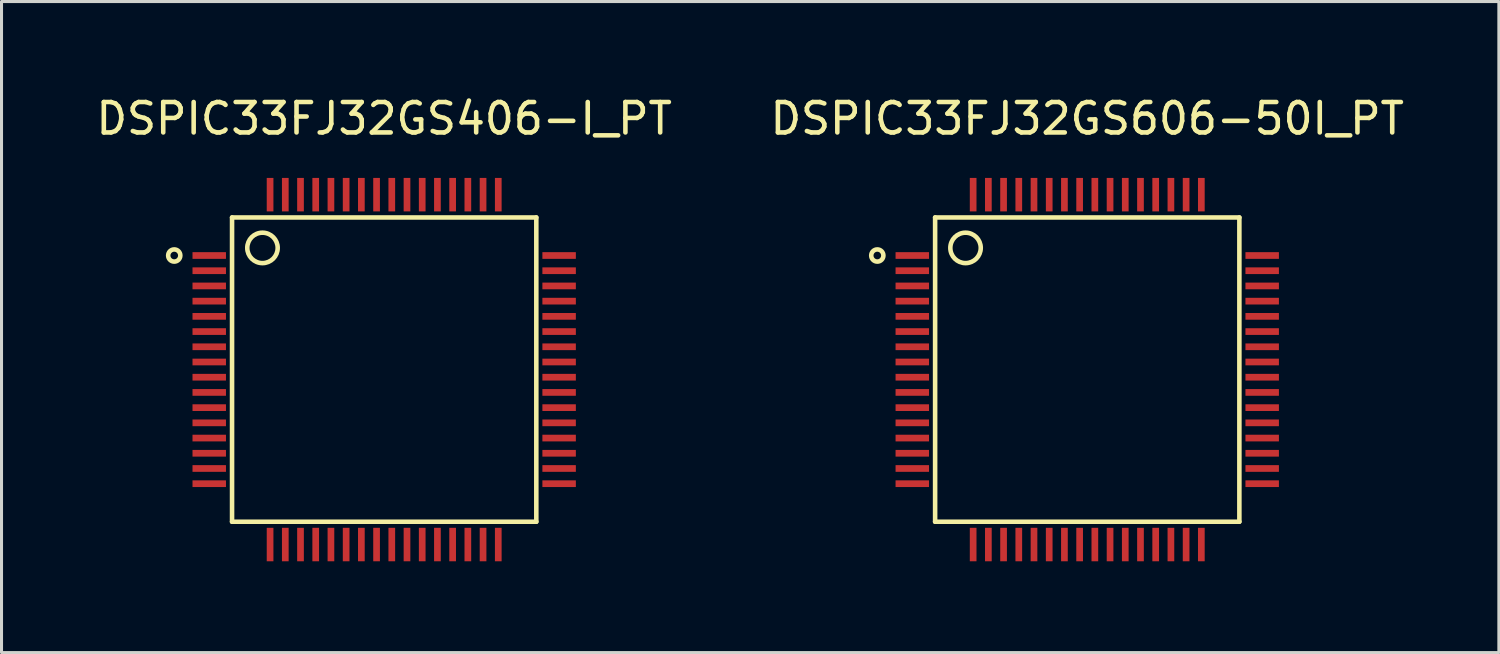
<source format=kicad_pcb>
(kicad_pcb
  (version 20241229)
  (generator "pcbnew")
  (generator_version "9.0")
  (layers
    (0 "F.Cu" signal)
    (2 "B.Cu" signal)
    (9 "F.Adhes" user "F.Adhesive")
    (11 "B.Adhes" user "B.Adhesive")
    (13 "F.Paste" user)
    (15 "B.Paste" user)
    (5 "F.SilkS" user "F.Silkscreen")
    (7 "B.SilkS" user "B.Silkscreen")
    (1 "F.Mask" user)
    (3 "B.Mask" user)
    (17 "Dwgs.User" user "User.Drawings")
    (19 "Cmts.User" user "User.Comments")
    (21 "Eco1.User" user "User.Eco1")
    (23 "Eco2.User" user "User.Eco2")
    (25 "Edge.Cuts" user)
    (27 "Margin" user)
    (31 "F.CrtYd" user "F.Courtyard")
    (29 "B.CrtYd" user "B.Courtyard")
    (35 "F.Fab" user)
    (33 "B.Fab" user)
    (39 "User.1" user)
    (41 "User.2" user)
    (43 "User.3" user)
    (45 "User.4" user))
  (footprint "DSPIC33FJ32GS606-50I_PT"
    (layer "F.Cu")
    (at 26.935 3.348)
    (property "Reference" "DSPIC33FJ32GS606-50I_PT" (at 5.75 -2.5 0) (layer "F.SilkS") (effects (font (size 1 1) (thickness 0.15))))
    (attr through_hole)
    (fp_line (start 0.75 0.75) (end 0.75 10.75) (stroke (width 0.15) (type solid)) (layer "F.SilkS"))
    (fp_line (start 0.75 0.75) (end 10.75 0.75) (stroke (width 0.15) (type solid)) (layer "F.SilkS"))
    (fp_line (start 0.75 10.75) (end 10.75 10.75) (stroke (width 0.15) (type solid)) (layer "F.SilkS"))
    (fp_line (start 10.75 10.75) (end 10.75 0.75) (stroke (width 0.15) (type solid)) (layer "F.SilkS"))
    (fp_circle (center -1.15 2) (end -1.15 1.8) (stroke (width 0.15) (type solid)) (fill no) (layer "F.SilkS"))
    (fp_circle (center 1.75 1.75) (end 1.75 1.25) (stroke (width 0.15) (type solid)) (fill no) (layer "F.SilkS"))
    (pad "1" smd rect (at 0 2) (size 1.1 0.22) (layers "F.Cu" "F.Mask" "F.Paste"))
    (pad "2" smd rect (at 0 2.5) (size 1.1 0.22) (layers "F.Cu" "F.Mask" "F.Paste"))
    (pad "3" smd rect (at 0 3) (size 1.1 0.22) (layers "F.Cu" "F.Mask" "F.Paste"))
    (pad "4" smd rect (at 0 3.5) (size 1.1 0.22) (layers "F.Cu" "F.Mask" "F.Paste"))
    (pad "5" smd rect (at 0 4) (size 1.1 0.22) (layers "F.Cu" "F.Mask" "F.Paste"))
    (pad "6" smd rect (at 0 4.5) (size 1.1 0.22) (layers "F.Cu" "F.Mask" "F.Paste"))
    (pad "7" smd rect (at 0 5) (size 1.1 0.22) (layers "F.Cu" "F.Mask" "F.Paste"))
    (pad "8" smd rect (at 0 5.5) (size 1.1 0.22) (layers "F.Cu" "F.Mask" "F.Paste"))
    (pad "9" smd rect (at 0 6) (size 1.1 0.22) (layers "F.Cu" "F.Mask" "F.Paste"))
    (pad "10" smd rect (at 0 6.5) (size 1.1 0.22) (layers "F.Cu" "F.Mask" "F.Paste"))
    (pad "11" smd rect (at 0 7) (size 1.1 0.22) (layers "F.Cu" "F.Mask" "F.Paste"))
    (pad "12" smd rect (at 0 7.5) (size 1.1 0.22) (layers "F.Cu" "F.Mask" "F.Paste"))
    (pad "13" smd rect (at 0 8) (size 1.1 0.22) (layers "F.Cu" "F.Mask" "F.Paste"))
    (pad "14" smd rect (at 0 8.5) (size 1.1 0.22) (layers "F.Cu" "F.Mask" "F.Paste"))
    (pad "15" smd rect (at 0 9) (size 1.1 0.22) (layers "F.Cu" "F.Mask" "F.Paste"))
    (pad "16" smd rect (at 0 9.5) (size 1.1 0.22) (layers "F.Cu" "F.Mask" "F.Paste"))
    (pad "17" smd rect (at 2 11.5) (size 0.22 1.1) (layers "F.Cu" "F.Mask" "F.Paste"))
    (pad "18" smd rect (at 2.5 11.5) (size 0.22 1.1) (layers "F.Cu" "F.Mask" "F.Paste"))
    (pad "19" smd rect (at 3 11.5) (size 0.22 1.1) (layers "F.Cu" "F.Mask" "F.Paste"))
    (pad "20" smd rect (at 3.5 11.5) (size 0.22 1.1) (layers "F.Cu" "F.Mask" "F.Paste"))
    (pad "21" smd rect (at 4 11.5) (size 0.22 1.1) (layers "F.Cu" "F.Mask" "F.Paste"))
    (pad "22" smd rect (at 4.5 11.5) (size 0.22 1.1) (layers "F.Cu" "F.Mask" "F.Paste"))
    (pad "23" smd rect (at 5 11.5) (size 0.22 1.1) (layers "F.Cu" "F.Mask" "F.Paste"))
    (pad "24" smd rect (at 5.5 11.5) (size 0.22 1.1) (layers "F.Cu" "F.Mask" "F.Paste"))
    (pad "25" smd rect (at 6 11.5) (size 0.22 1.1) (layers "F.Cu" "F.Mask" "F.Paste"))
    (pad "26" smd rect (at 6.5 11.5) (size 0.22 1.1) (layers "F.Cu" "F.Mask" "F.Paste"))
    (pad "27" smd rect (at 7 11.5) (size 0.22 1.1) (layers "F.Cu" "F.Mask" "F.Paste"))
    (pad "28" smd rect (at 7.5 11.5) (size 0.22 1.1) (layers "F.Cu" "F.Mask" "F.Paste"))
    (pad "29" smd rect (at 8 11.5) (size 0.22 1.1) (layers "F.Cu" "F.Mask" "F.Paste"))
    (pad "30" smd rect (at 8.5 11.5) (size 0.22 1.1) (layers "F.Cu" "F.Mask" "F.Paste"))
    (pad "31" smd rect (at 9 11.5) (size 0.22 1.1) (layers "F.Cu" "F.Mask" "F.Paste"))
    (pad "32" smd rect (at 9.5 11.5) (size 0.22 1.1) (layers "F.Cu" "F.Mask" "F.Paste"))
    (pad "33" smd rect (at 11.5 9.5) (size 1.1 0.22) (layers "F.Cu" "F.Mask" "F.Paste"))
    (pad "34" smd rect (at 11.5 9) (size 1.1 0.22) (layers "F.Cu" "F.Mask" "F.Paste"))
    (pad "35" smd rect (at 11.5 8.5) (size 1.1 0.22) (layers "F.Cu" "F.Mask" "F.Paste"))
    (pad "36" smd rect (at 11.5 8) (size 1.1 0.22) (layers "F.Cu" "F.Mask" "F.Paste"))
    (pad "37" smd rect (at 11.5 7.5) (size 1.1 0.22) (layers "F.Cu" "F.Mask" "F.Paste"))
    (pad "38" smd rect (at 11.5 7) (size 1.1 0.22) (layers "F.Cu" "F.Mask" "F.Paste"))
    (pad "39" smd rect (at 11.5 6.5) (size 1.1 0.22) (layers "F.Cu" "F.Mask" "F.Paste"))
    (pad "40" smd rect (at 11.5 6) (size 1.1 0.22) (layers "F.Cu" "F.Mask" "F.Paste"))
    (pad "41" smd rect (at 11.5 5.5) (size 1.1 0.22) (layers "F.Cu" "F.Mask" "F.Paste"))
    (pad "42" smd rect (at 11.5 5) (size 1.1 0.22) (layers "F.Cu" "F.Mask" "F.Paste"))
    (pad "43" smd rect (at 11.5 4.5) (size 1.1 0.22) (layers "F.Cu" "F.Mask" "F.Paste"))
    (pad "44" smd rect (at 11.5 4) (size 1.1 0.22) (layers "F.Cu" "F.Mask" "F.Paste"))
    (pad "45" smd rect (at 11.5 3.5) (size 1.1 0.22) (layers "F.Cu" "F.Mask" "F.Paste"))
    (pad "46" smd rect (at 11.5 3) (size 1.1 0.22) (layers "F.Cu" "F.Mask" "F.Paste"))
    (pad "47" smd rect (at 11.5 2.5) (size 1.1 0.22) (layers "F.Cu" "F.Mask" "F.Paste"))
    (pad "48" smd rect (at 11.5 2) (size 1.1 0.22) (layers "F.Cu" "F.Mask" "F.Paste"))
    (pad "49" smd rect (at 9.5 0) (size 0.22 1.1) (layers "F.Cu" "F.Mask" "F.Paste"))
    (pad "50" smd rect (at 9 0) (size 0.22 1.1) (layers "F.Cu" "F.Mask" "F.Paste"))
    (pad "51" smd rect (at 8.5 0) (size 0.22 1.1) (layers "F.Cu" "F.Mask" "F.Paste"))
    (pad "52" smd rect (at 8 0) (size 0.22 1.1) (layers "F.Cu" "F.Mask" "F.Paste"))
    (pad "53" smd rect (at 7.5 0) (size 0.22 1.1) (layers "F.Cu" "F.Mask" "F.Paste"))
    (pad "54" smd rect (at 7 0) (size 0.22 1.1) (layers "F.Cu" "F.Mask" "F.Paste"))
    (pad "55" smd rect (at 6.5 0) (size 0.22 1.1) (layers "F.Cu" "F.Mask" "F.Paste"))
    (pad "56" smd rect (at 6 0) (size 0.22 1.1) (layers "F.Cu" "F.Mask" "F.Paste"))
    (pad "57" smd rect (at 5.5 0) (size 0.22 1.1) (layers "F.Cu" "F.Mask" "F.Paste"))
    (pad "58" smd rect (at 5 0) (size 0.22 1.1) (layers "F.Cu" "F.Mask" "F.Paste"))
    (pad "59" smd rect (at 4.5 0) (size 0.22 1.1) (layers "F.Cu" "F.Mask" "F.Paste"))
    (pad "60" smd rect (at 4 0) (size 0.22 1.1) (layers "F.Cu" "F.Mask" "F.Paste"))
    (pad "61" smd rect (at 3.5 0) (size 0.22 1.1) (layers "F.Cu" "F.Mask" "F.Paste"))
    (pad "62" smd rect (at 3 0) (size 0.22 1.1) (layers "F.Cu" "F.Mask" "F.Paste"))
    (pad "63" smd rect (at 2.5 0) (size 0.22 1.1) (layers "F.Cu" "F.Mask" "F.Paste"))
    (pad "64" smd rect (at 2 0) (size 0.22 1.1) (layers "F.Cu" "F.Mask" "F.Paste")))
  (footprint "DSPIC33FJ32GS406-I_PT"
    (layer "F.Cu")
    (at 3.827 3.348)
    (property "Reference" "DSPIC33FJ32GS406-I_PT" (at 5.75 -2.5 0) (layer "F.SilkS") (effects (font (size 1 1) (thickness 0.15))))
    (attr through_hole)
    (fp_line (start 0.75 0.75) (end 0.75 10.75) (stroke (width 0.15) (type solid)) (layer "F.SilkS"))
    (fp_line (start 0.75 0.75) (end 10.75 0.75) (stroke (width 0.15) (type solid)) (layer "F.SilkS"))
    (fp_line (start 0.75 10.75) (end 10.75 10.75) (stroke (width 0.15) (type solid)) (layer "F.SilkS"))
    (fp_line (start 10.75 10.75) (end 10.75 0.75) (stroke (width 0.15) (type solid)) (layer "F.SilkS"))
    (fp_circle (center -1.15 2) (end -1.15 1.8) (stroke (width 0.15) (type solid)) (fill no) (layer "F.SilkS"))
    (fp_circle (center 1.75 1.75) (end 1.75 1.25) (stroke (width 0.15) (type solid)) (fill no) (layer "F.SilkS"))
    (pad "1" smd rect (at 0 2) (size 1.1 0.22) (layers "F.Cu" "F.Mask" "F.Paste"))
    (pad "2" smd rect (at 0 2.5) (size 1.1 0.22) (layers "F.Cu" "F.Mask" "F.Paste"))
    (pad "3" smd rect (at 0 3) (size 1.1 0.22) (layers "F.Cu" "F.Mask" "F.Paste"))
    (pad "4" smd rect (at 0 3.5) (size 1.1 0.22) (layers "F.Cu" "F.Mask" "F.Paste"))
    (pad "5" smd rect (at 0 4) (size 1.1 0.22) (layers "F.Cu" "F.Mask" "F.Paste"))
    (pad "6" smd rect (at 0 4.5) (size 1.1 0.22) (layers "F.Cu" "F.Mask" "F.Paste"))
    (pad "7" smd rect (at 0 5) (size 1.1 0.22) (layers "F.Cu" "F.Mask" "F.Paste"))
    (pad "8" smd rect (at 0 5.5) (size 1.1 0.22) (layers "F.Cu" "F.Mask" "F.Paste"))
    (pad "9" smd rect (at 0 6) (size 1.1 0.22) (layers "F.Cu" "F.Mask" "F.Paste"))
    (pad "10" smd rect (at 0 6.5) (size 1.1 0.22) (layers "F.Cu" "F.Mask" "F.Paste"))
    (pad "11" smd rect (at 0 7) (size 1.1 0.22) (layers "F.Cu" "F.Mask" "F.Paste"))
    (pad "12" smd rect (at 0 7.5) (size 1.1 0.22) (layers "F.Cu" "F.Mask" "F.Paste"))
    (pad "13" smd rect (at 0 8) (size 1.1 0.22) (layers "F.Cu" "F.Mask" "F.Paste"))
    (pad "14" smd rect (at 0 8.5) (size 1.1 0.22) (layers "F.Cu" "F.Mask" "F.Paste"))
    (pad "15" smd rect (at 0 9) (size 1.1 0.22) (layers "F.Cu" "F.Mask" "F.Paste"))
    (pad "16" smd rect (at 0 9.5) (size 1.1 0.22) (layers "F.Cu" "F.Mask" "F.Paste"))
    (pad "17" smd rect (at 2 11.5) (size 0.22 1.1) (layers "F.Cu" "F.Mask" "F.Paste"))
    (pad "18" smd rect (at 2.5 11.5) (size 0.22 1.1) (layers "F.Cu" "F.Mask" "F.Paste"))
    (pad "19" smd rect (at 3 11.5) (size 0.22 1.1) (layers "F.Cu" "F.Mask" "F.Paste"))
    (pad "20" smd rect (at 3.5 11.5) (size 0.22 1.1) (layers "F.Cu" "F.Mask" "F.Paste"))
    (pad "21" smd rect (at 4 11.5) (size 0.22 1.1) (layers "F.Cu" "F.Mask" "F.Paste"))
    (pad "22" smd rect (at 4.5 11.5) (size 0.22 1.1) (layers "F.Cu" "F.Mask" "F.Paste"))
    (pad "23" smd rect (at 5 11.5) (size 0.22 1.1) (layers "F.Cu" "F.Mask" "F.Paste"))
    (pad "24" smd rect (at 5.5 11.5) (size 0.22 1.1) (layers "F.Cu" "F.Mask" "F.Paste"))
    (pad "25" smd rect (at 6 11.5) (size 0.22 1.1) (layers "F.Cu" "F.Mask" "F.Paste"))
    (pad "26" smd rect (at 6.5 11.5) (size 0.22 1.1) (layers "F.Cu" "F.Mask" "F.Paste"))
    (pad "27" smd rect (at 7 11.5) (size 0.22 1.1) (layers "F.Cu" "F.Mask" "F.Paste"))
    (pad "28" smd rect (at 7.5 11.5) (size 0.22 1.1) (layers "F.Cu" "F.Mask" "F.Paste"))
    (pad "29" smd rect (at 8 11.5) (size 0.22 1.1) (layers "F.Cu" "F.Mask" "F.Paste"))
    (pad "30" smd rect (at 8.5 11.5) (size 0.22 1.1) (layers "F.Cu" "F.Mask" "F.Paste"))
    (pad "31" smd rect (at 9 11.5) (size 0.22 1.1) (layers "F.Cu" "F.Mask" "F.Paste"))
    (pad "32" smd rect (at 9.5 11.5) (size 0.22 1.1) (layers "F.Cu" "F.Mask" "F.Paste"))
    (pad "33" smd rect (at 11.5 9.5) (size 1.1 0.22) (layers "F.Cu" "F.Mask" "F.Paste"))
    (pad "34" smd rect (at 11.5 9) (size 1.1 0.22) (layers "F.Cu" "F.Mask" "F.Paste"))
    (pad "35" smd rect (at 11.5 8.5) (size 1.1 0.22) (layers "F.Cu" "F.Mask" "F.Paste"))
    (pad "36" smd rect (at 11.5 8) (size 1.1 0.22) (layers "F.Cu" "F.Mask" "F.Paste"))
    (pad "37" smd rect (at 11.5 7.5) (size 1.1 0.22) (layers "F.Cu" "F.Mask" "F.Paste"))
    (pad "38" smd rect (at 11.5 7) (size 1.1 0.22) (layers "F.Cu" "F.Mask" "F.Paste"))
    (pad "39" smd rect (at 11.5 6.5) (size 1.1 0.22) (layers "F.Cu" "F.Mask" "F.Paste"))
    (pad "40" smd rect (at 11.5 6) (size 1.1 0.22) (layers "F.Cu" "F.Mask" "F.Paste"))
    (pad "41" smd rect (at 11.5 5.5) (size 1.1 0.22) (layers "F.Cu" "F.Mask" "F.Paste"))
    (pad "42" smd rect (at 11.5 5) (size 1.1 0.22) (layers "F.Cu" "F.Mask" "F.Paste"))
    (pad "43" smd rect (at 11.5 4.5) (size 1.1 0.22) (layers "F.Cu" "F.Mask" "F.Paste"))
    (pad "44" smd rect (at 11.5 4) (size 1.1 0.22) (layers "F.Cu" "F.Mask" "F.Paste"))
    (pad "45" smd rect (at 11.5 3.5) (size 1.1 0.22) (layers "F.Cu" "F.Mask" "F.Paste"))
    (pad "46" smd rect (at 11.5 3) (size 1.1 0.22) (layers "F.Cu" "F.Mask" "F.Paste"))
    (pad "47" smd rect (at 11.5 2.5) (size 1.1 0.22) (layers "F.Cu" "F.Mask" "F.Paste"))
    (pad "48" smd rect (at 11.5 2) (size 1.1 0.22) (layers "F.Cu" "F.Mask" "F.Paste"))
    (pad "49" smd rect (at 9.5 0) (size 0.22 1.1) (layers "F.Cu" "F.Mask" "F.Paste"))
    (pad "50" smd rect (at 9 0) (size 0.22 1.1) (layers "F.Cu" "F.Mask" "F.Paste"))
    (pad "51" smd rect (at 8.5 0) (size 0.22 1.1) (layers "F.Cu" "F.Mask" "F.Paste"))
    (pad "52" smd rect (at 8 0) (size 0.22 1.1) (layers "F.Cu" "F.Mask" "F.Paste"))
    (pad "53" smd rect (at 7.5 0) (size 0.22 1.1) (layers "F.Cu" "F.Mask" "F.Paste"))
    (pad "54" smd rect (at 7 0) (size 0.22 1.1) (layers "F.Cu" "F.Mask" "F.Paste"))
    (pad "55" smd rect (at 6.5 0) (size 0.22 1.1) (layers "F.Cu" "F.Mask" "F.Paste"))
    (pad "56" smd rect (at 6 0) (size 0.22 1.1) (layers "F.Cu" "F.Mask" "F.Paste"))
    (pad "57" smd rect (at 5.5 0) (size 0.22 1.1) (layers "F.Cu" "F.Mask" "F.Paste"))
    (pad "58" smd rect (at 5 0) (size 0.22 1.1) (layers "F.Cu" "F.Mask" "F.Paste"))
    (pad "59" smd rect (at 4.5 0) (size 0.22 1.1) (layers "F.Cu" "F.Mask" "F.Paste"))
    (pad "60" smd rect (at 4 0) (size 0.22 1.1) (layers "F.Cu" "F.Mask" "F.Paste"))
    (pad "61" smd rect (at 3.5 0) (size 0.22 1.1) (layers "F.Cu" "F.Mask" "F.Paste"))
    (pad "62" smd rect (at 3 0) (size 0.22 1.1) (layers "F.Cu" "F.Mask" "F.Paste"))
    (pad "63" smd rect (at 2.5 0) (size 0.22 1.1) (layers "F.Cu" "F.Mask" "F.Paste"))
    (pad "64" smd rect (at 2 0) (size 0.22 1.1) (layers "F.Cu" "F.Mask" "F.Paste")))
  (gr_rect
    (start -3 -3)
    (end 46.214 18.398)
    (stroke (width 0.1) (type default))
    (fill no)
    (layer "Edge.Cuts")))
</source>
